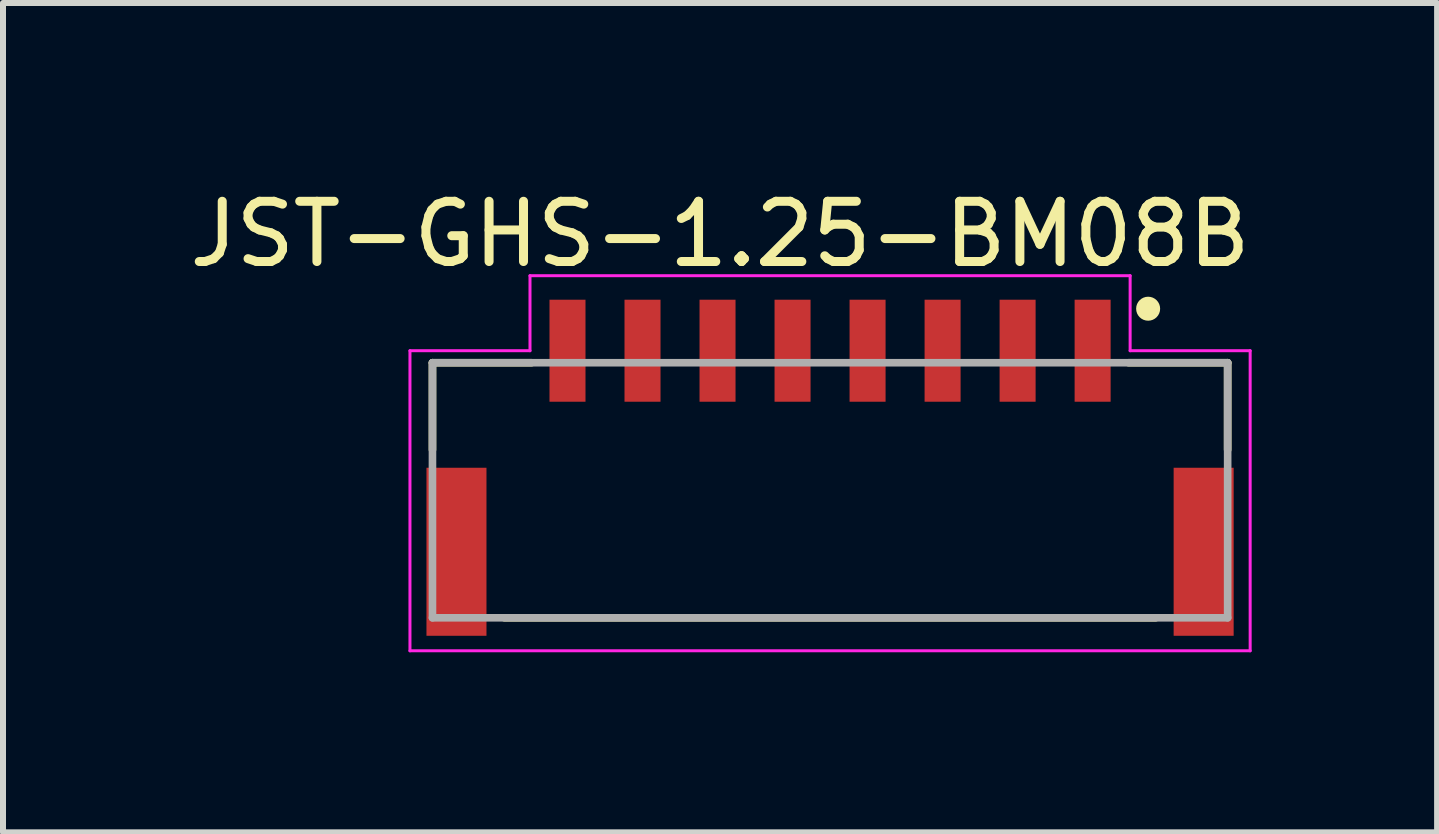
<source format=kicad_pcb>
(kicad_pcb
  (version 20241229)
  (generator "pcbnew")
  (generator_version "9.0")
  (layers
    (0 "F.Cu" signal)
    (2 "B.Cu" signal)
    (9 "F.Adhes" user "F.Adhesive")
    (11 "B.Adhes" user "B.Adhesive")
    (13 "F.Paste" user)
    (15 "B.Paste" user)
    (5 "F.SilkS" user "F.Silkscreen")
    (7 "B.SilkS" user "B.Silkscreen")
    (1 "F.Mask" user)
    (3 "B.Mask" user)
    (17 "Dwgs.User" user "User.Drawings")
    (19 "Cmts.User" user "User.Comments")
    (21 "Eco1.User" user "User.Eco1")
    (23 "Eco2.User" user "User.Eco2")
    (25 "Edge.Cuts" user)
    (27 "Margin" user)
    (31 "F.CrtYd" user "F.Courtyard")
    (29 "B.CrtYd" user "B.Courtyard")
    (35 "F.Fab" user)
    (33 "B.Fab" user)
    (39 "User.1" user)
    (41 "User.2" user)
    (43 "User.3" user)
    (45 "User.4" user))
  (footprint "JST-GHS-1.25-BM08B"
    (layer "F.Cu")
    (at 10.781 2.794)
    (property "Reference" "JST-GHS-1.25-BM08B" (at -1.833 -1.943 0) (layer "F.SilkS") (effects (font (size 1.004 1.004) (thickness 0.15))))
    (attr smd)
    (fp_line (start -6.625 0.2) (end -4.975 0.2) (stroke (width 0.127) (type solid)) (layer "F.SilkS"))
    (fp_line (start -6.625 1.65) (end -6.625 0.2) (stroke (width 0.127) (type solid)) (layer "F.SilkS"))
    (fp_line (start -5.425 4.45) (end 5.425 4.45) (stroke (width 0.127) (type solid)) (layer "F.SilkS"))
    (fp_line (start 4.975 0.2) (end 6.625 0.2) (stroke (width 0.127) (type solid)) (layer "F.SilkS"))
    (fp_line (start 6.625 1.65) (end 6.625 0.2) (stroke (width 0.127) (type solid)) (layer "F.SilkS"))
    (fp_circle (center 5.3 -0.7) (end 5.4 -0.7) (stroke (width 0.2) (type solid)) (fill no) (layer "F.SilkS"))
    (fp_line (start -7 0) (end -7 5) (stroke (width 0.05) (type solid)) (layer "F.CrtYd"))
    (fp_line (start -7 5) (end 7 5) (stroke (width 0.05) (type solid)) (layer "F.CrtYd"))
    (fp_line (start -5 -1.25) (end -5 0) (stroke (width 0.05) (type solid)) (layer "F.CrtYd"))
    (fp_line (start -5 0) (end -7 0) (stroke (width 0.05) (type solid)) (layer "F.CrtYd"))
    (fp_line (start 5 -1.25) (end -5 -1.25) (stroke (width 0.05) (type solid)) (layer "F.CrtYd"))
    (fp_line (start 5 0) (end 5 -1.25) (stroke (width 0.05) (type solid)) (layer "F.CrtYd"))
    (fp_line (start 7 0) (end 5 0) (stroke (width 0.05) (type solid)) (layer "F.CrtYd"))
    (fp_line (start 7 5) (end 7 0) (stroke (width 0.05) (type solid)) (layer "F.CrtYd"))
    (fp_line (start -6.625 0.2) (end 6.625 0.2) (stroke (width 0.127) (type solid)) (layer "F.Fab"))
    (fp_line (start -6.625 4.45) (end -6.625 0.2) (stroke (width 0.127) (type solid)) (layer "F.Fab"))
    (fp_line (start 6.625 0.2) (end 6.625 4.45) (stroke (width 0.127) (type solid)) (layer "F.Fab"))
    (fp_line (start 6.625 4.45) (end -6.625 4.45) (stroke (width 0.127) (type solid)) (layer "F.Fab"))
    (pad "1" smd rect (at 4.375 0) (size 0.6 1.7) (layers "F.Cu" "F.Mask" "F.Paste"))
    (pad "2" smd rect (at 3.125 0) (size 0.6 1.7) (layers "F.Cu" "F.Mask" "F.Paste"))
    (pad "3" smd rect (at 1.875 0) (size 0.6 1.7) (layers "F.Cu" "F.Mask" "F.Paste"))
    (pad "4" smd rect (at 0.625 0) (size 0.6 1.7) (layers "F.Cu" "F.Mask" "F.Paste"))
    (pad "5" smd rect (at -0.625 0) (size 0.6 1.7) (layers "F.Cu" "F.Mask" "F.Paste"))
    (pad "6" smd rect (at -1.875 0) (size 0.6 1.7) (layers "F.Cu" "F.Mask" "F.Paste"))
    (pad "7" smd rect (at -3.125 0) (size 0.6 1.7) (layers "F.Cu" "F.Mask" "F.Paste"))
    (pad "8" smd rect (at -4.375 0) (size 0.6 1.7) (layers "F.Cu" "F.Mask" "F.Paste"))
    (pad "P1" smd rect (at -6.225 3.35) (size 1 2.8) (layers "F.Cu" "F.Mask" "F.Paste"))
    (pad "P2" smd rect (at 6.225 3.35) (size 1 2.8) (layers "F.Cu" "F.Mask" "F.Paste")))
  (gr_rect
    (start -3 -3)
    (end 20.896 10.819)
    (stroke (width 0.1) (type default))
    (fill no)
    (layer "Edge.Cuts")))
</source>
